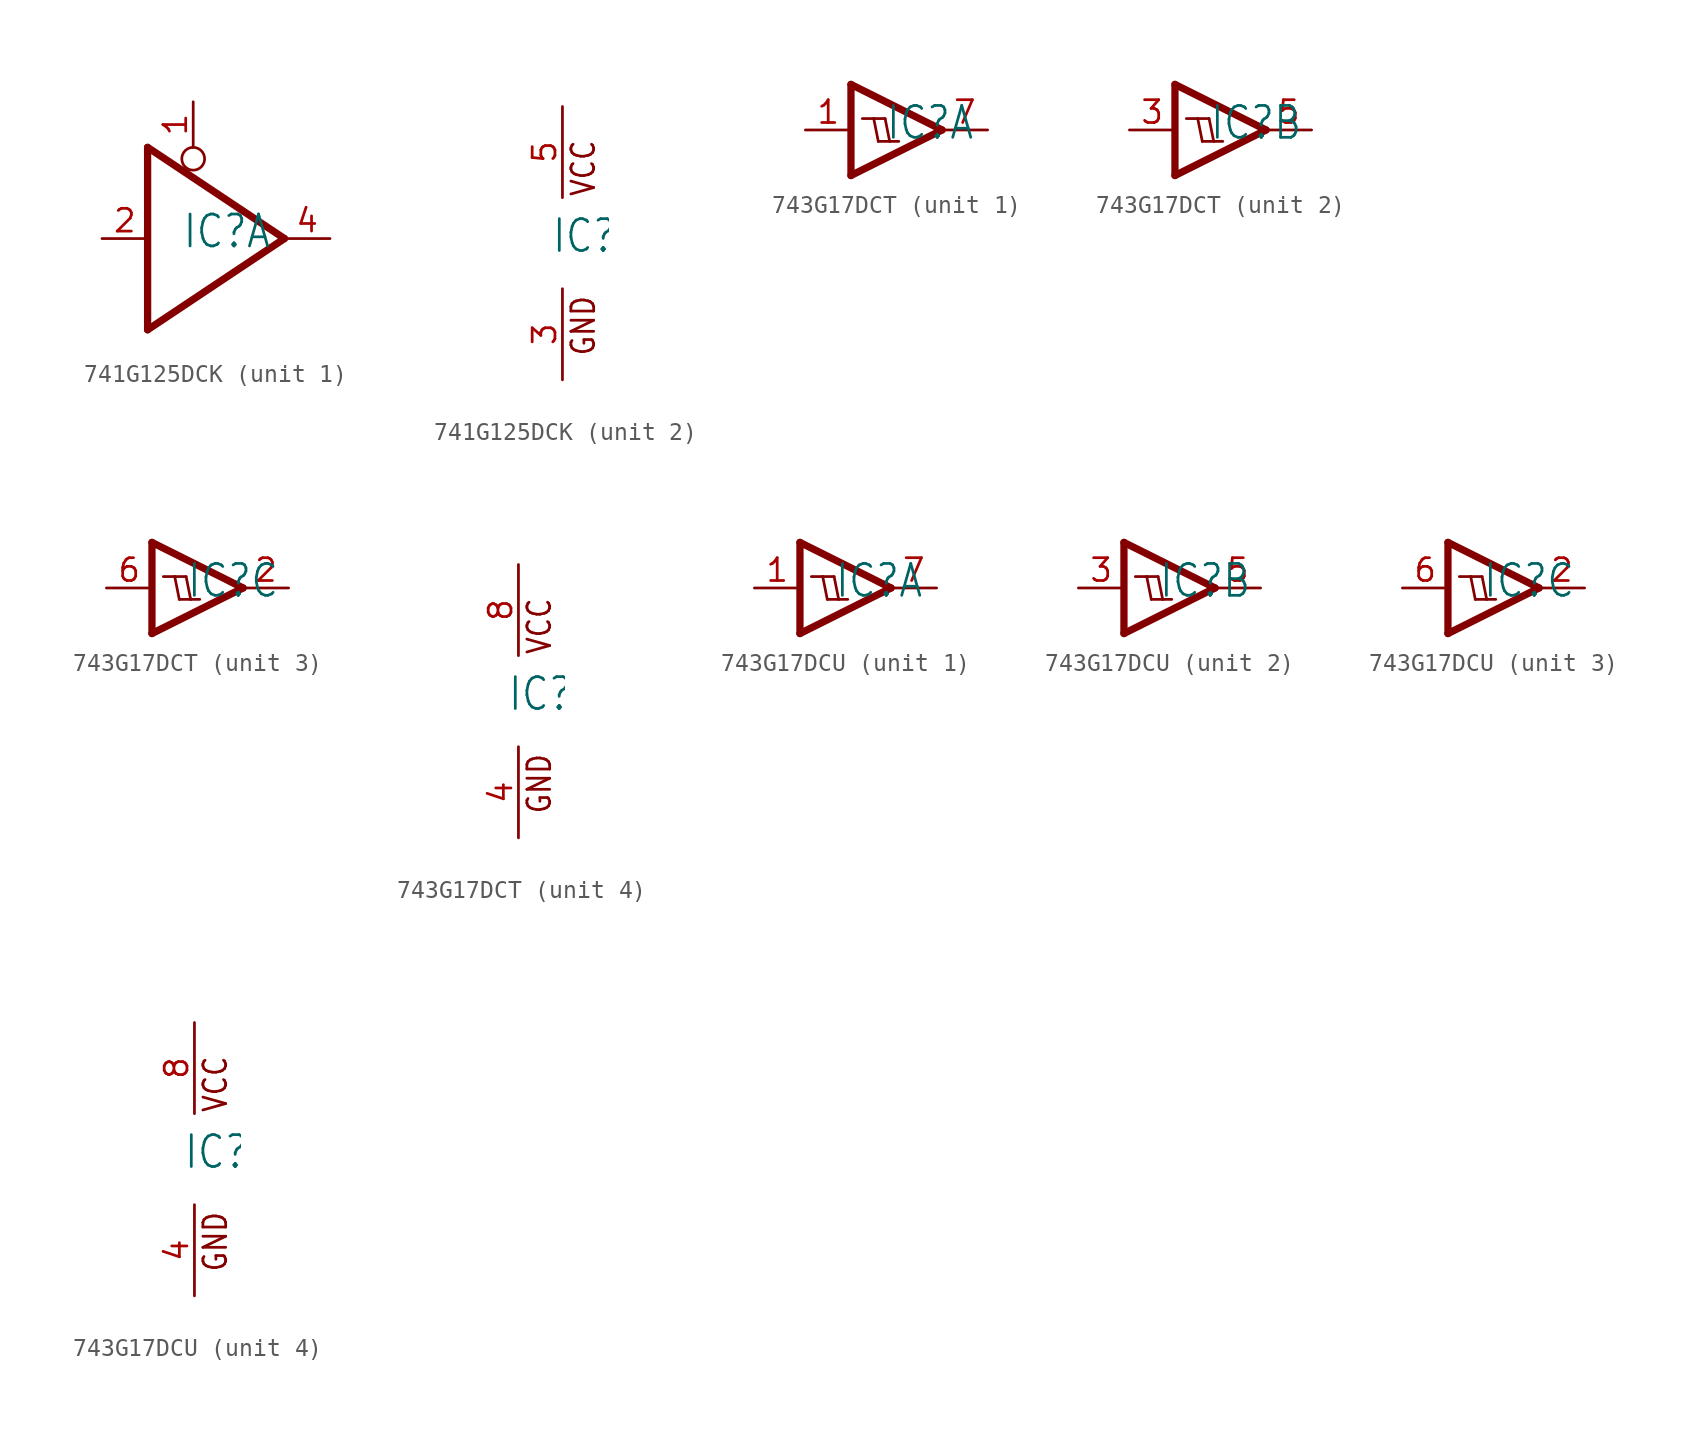
<source format=kicad_sym>
(kicad_symbol_lib
  (version 20231120)
  (generator "kicad_symbol_editor")
  (generator_version "8.0")
  (symbol "741G125DCK"
    (property "Reference" "IC"
      (at -0.635 -0.635 0)
      (effects (font (size 1.778 1.511)) (justify left bottom)))
    (property "ki_locked" ""
      (at 0 0 0)
      (effects (font (size 1.27 1.27))))
    (symbol "741G125DCK_1_0"
      (polyline (pts (xy -2.54 -5.08) (xy -2.54 5.08)) (stroke (width 0.406) (type solid)) (fill (type none)))
      (polyline (pts (xy 5.08 0) (xy -2.54 -5.08)) (stroke (width 0.406) (type solid)) (fill (type none)))
      (polyline (pts (xy 5.08 0) (xy -2.54 5.08)) (stroke (width 0.406) (type solid)) (fill (type none)))
      (circle (center 0 4.445) (radius 0.635) (stroke (width 0.152) (type solid)) (fill (type none)))
      (pin input line (at 0 7.62 270) (length 2.54) (name "OE" (effects (font (size 0 0)))) (number "1" (effects (font (size 1.27 1.27)))))
      (pin input line (at -5.08 0 0) (length 2.54) (name "I" (effects (font (size 0 0)))) (number "2" (effects (font (size 1.27 1.27)))))
      (pin tri_state line (at 7.62 0 180) (length 2.54) (name "O" (effects (font (size 0 0)))) (number "4" (effects (font (size 1.27 1.27))))))
    (symbol "741G125DCK_2_0"
      (text "GND" (at 1.905 -6.35 900) (effects (font (size 1.27 1.079)) (justify left bottom)))
      (text "VCC" (at 1.905 2.54 900) (effects (font (size 1.27 1.079)) (justify left bottom)))
      (pin power_in line (at 0 -7.62 90) (length 5.08) (name "GND" (effects (font (size 0 0)))) (number "3" (effects (font (size 1.27 1.27)))))
      (pin power_in line (at 0 7.62 270) (length 5.08) (name "VCC" (effects (font (size 0 0)))) (number "5" (effects (font (size 1.27 1.27)))))))
  (symbol "743G17DCT"
    (property "Reference" "IC"
      (at -0.635 -0.635 0)
      (effects (font (size 1.778 1.511)) (justify left bottom)))
    (property "ki_locked" ""
      (at 0 0 0)
      (effects (font (size 1.27 1.27))))
    (symbol "743G17DCT_1_0"
      (polyline (pts (xy -2.54 -2.54) (xy -2.54 2.54)) (stroke (width 0.406) (type solid)) (fill (type none)))
      (polyline (pts (xy -2.54 2.54) (xy 2.54 0)) (stroke (width 0.406) (type solid)) (fill (type none)))
      (polyline (pts (xy -1.905 0.635) (xy -1.27 0.635)) (stroke (width 0.152) (type solid)) (fill (type none)))
      (polyline (pts (xy -1.27 0.635) (xy -0.635 0.635)) (stroke (width 0.152) (type solid)) (fill (type none)))
      (polyline (pts (xy -1.016 -0.635) (xy -1.27 0.635)) (stroke (width 0.152) (type solid)) (fill (type none)))
      (polyline (pts (xy -1.016 -0.635) (xy -0.381 -0.635)) (stroke (width 0.152) (type solid)) (fill (type none)))
      (polyline (pts (xy -0.381 -0.635) (xy -0.635 0.635)) (stroke (width 0.152) (type solid)) (fill (type none)))
      (polyline (pts (xy -0.381 -0.635) (xy 0.127 -0.635)) (stroke (width 0.152) (type solid)) (fill (type none)))
      (polyline (pts (xy 2.54 0) (xy -2.54 -2.54)) (stroke (width 0.406) (type solid)) (fill (type none)))
      (pin input line (at -5.08 0 0) (length 2.54) (name "I" (effects (font (size 0 0)))) (number "1" (effects (font (size 1.27 1.27)))))
      (pin output line (at 5.08 0 180) (length 2.54) (name "O" (effects (font (size 0 0)))) (number "7" (effects (font (size 1.27 1.27))))))
    (symbol "743G17DCT_2_0"
      (polyline (pts (xy -2.54 -2.54) (xy -2.54 2.54)) (stroke (width 0.406) (type solid)) (fill (type none)))
      (polyline (pts (xy -2.54 2.54) (xy 2.54 0)) (stroke (width 0.406) (type solid)) (fill (type none)))
      (polyline (pts (xy -1.905 0.635) (xy -1.27 0.635)) (stroke (width 0.152) (type solid)) (fill (type none)))
      (polyline (pts (xy -1.27 0.635) (xy -0.635 0.635)) (stroke (width 0.152) (type solid)) (fill (type none)))
      (polyline (pts (xy -1.016 -0.635) (xy -1.27 0.635)) (stroke (width 0.152) (type solid)) (fill (type none)))
      (polyline (pts (xy -1.016 -0.635) (xy -0.381 -0.635)) (stroke (width 0.152) (type solid)) (fill (type none)))
      (polyline (pts (xy -0.381 -0.635) (xy -0.635 0.635)) (stroke (width 0.152) (type solid)) (fill (type none)))
      (polyline (pts (xy -0.381 -0.635) (xy 0.127 -0.635)) (stroke (width 0.152) (type solid)) (fill (type none)))
      (polyline (pts (xy 2.54 0) (xy -2.54 -2.54)) (stroke (width 0.406) (type solid)) (fill (type none)))
      (pin input line (at -5.08 0 0) (length 2.54) (name "I" (effects (font (size 0 0)))) (number "3" (effects (font (size 1.27 1.27)))))
      (pin output line (at 5.08 0 180) (length 2.54) (name "O" (effects (font (size 0 0)))) (number "5" (effects (font (size 1.27 1.27))))))
    (symbol "743G17DCT_3_0"
      (polyline (pts (xy -2.54 -2.54) (xy -2.54 2.54)) (stroke (width 0.406) (type solid)) (fill (type none)))
      (polyline (pts (xy -2.54 2.54) (xy 2.54 0)) (stroke (width 0.406) (type solid)) (fill (type none)))
      (polyline (pts (xy -1.905 0.635) (xy -1.27 0.635)) (stroke (width 0.152) (type solid)) (fill (type none)))
      (polyline (pts (xy -1.27 0.635) (xy -0.635 0.635)) (stroke (width 0.152) (type solid)) (fill (type none)))
      (polyline (pts (xy -1.016 -0.635) (xy -1.27 0.635)) (stroke (width 0.152) (type solid)) (fill (type none)))
      (polyline (pts (xy -1.016 -0.635) (xy -0.381 -0.635)) (stroke (width 0.152) (type solid)) (fill (type none)))
      (polyline (pts (xy -0.381 -0.635) (xy -0.635 0.635)) (stroke (width 0.152) (type solid)) (fill (type none)))
      (polyline (pts (xy -0.381 -0.635) (xy 0.127 -0.635)) (stroke (width 0.152) (type solid)) (fill (type none)))
      (polyline (pts (xy 2.54 0) (xy -2.54 -2.54)) (stroke (width 0.406) (type solid)) (fill (type none)))
      (pin output line (at 5.08 0 180) (length 2.54) (name "O" (effects (font (size 0 0)))) (number "2" (effects (font (size 1.27 1.27)))))
      (pin input line (at -5.08 0 0) (length 2.54) (name "I" (effects (font (size 0 0)))) (number "6" (effects (font (size 1.27 1.27))))))
    (symbol "743G17DCT_4_0"
      (text "GND" (at 1.905 -6.35 900) (effects (font (size 1.27 1.079)) (justify left bottom)))
      (text "VCC" (at 1.905 2.54 900) (effects (font (size 1.27 1.079)) (justify left bottom)))
      (pin power_in line (at 0 -7.62 90) (length 5.08) (name "GND" (effects (font (size 0 0)))) (number "4" (effects (font (size 1.27 1.27)))))
      (pin power_in line (at 0 7.62 270) (length 5.08) (name "VCC" (effects (font (size 0 0)))) (number "8" (effects (font (size 1.27 1.27)))))))
  (symbol "743G17DCU"
    (property "Reference" "IC"
      (at -0.635 -0.635 0)
      (effects (font (size 1.778 1.511)) (justify left bottom)))
    (property "ki_locked" ""
      (at 0 0 0)
      (effects (font (size 1.27 1.27))))
    (symbol "743G17DCU_1_0"
      (polyline (pts (xy -2.54 -2.54) (xy -2.54 2.54)) (stroke (width 0.406) (type solid)) (fill (type none)))
      (polyline (pts (xy -2.54 2.54) (xy 2.54 0)) (stroke (width 0.406) (type solid)) (fill (type none)))
      (polyline (pts (xy -1.905 0.635) (xy -1.27 0.635)) (stroke (width 0.152) (type solid)) (fill (type none)))
      (polyline (pts (xy -1.27 0.635) (xy -0.635 0.635)) (stroke (width 0.152) (type solid)) (fill (type none)))
      (polyline (pts (xy -1.016 -0.635) (xy -1.27 0.635)) (stroke (width 0.152) (type solid)) (fill (type none)))
      (polyline (pts (xy -1.016 -0.635) (xy -0.381 -0.635)) (stroke (width 0.152) (type solid)) (fill (type none)))
      (polyline (pts (xy -0.381 -0.635) (xy -0.635 0.635)) (stroke (width 0.152) (type solid)) (fill (type none)))
      (polyline (pts (xy -0.381 -0.635) (xy 0.127 -0.635)) (stroke (width 0.152) (type solid)) (fill (type none)))
      (polyline (pts (xy 2.54 0) (xy -2.54 -2.54)) (stroke (width 0.406) (type solid)) (fill (type none)))
      (pin input line (at -5.08 0 0) (length 2.54) (name "I" (effects (font (size 0 0)))) (number "1" (effects (font (size 1.27 1.27)))))
      (pin output line (at 5.08 0 180) (length 2.54) (name "O" (effects (font (size 0 0)))) (number "7" (effects (font (size 1.27 1.27))))))
    (symbol "743G17DCU_2_0"
      (polyline (pts (xy -2.54 -2.54) (xy -2.54 2.54)) (stroke (width 0.406) (type solid)) (fill (type none)))
      (polyline (pts (xy -2.54 2.54) (xy 2.54 0)) (stroke (width 0.406) (type solid)) (fill (type none)))
      (polyline (pts (xy -1.905 0.635) (xy -1.27 0.635)) (stroke (width 0.152) (type solid)) (fill (type none)))
      (polyline (pts (xy -1.27 0.635) (xy -0.635 0.635)) (stroke (width 0.152) (type solid)) (fill (type none)))
      (polyline (pts (xy -1.016 -0.635) (xy -1.27 0.635)) (stroke (width 0.152) (type solid)) (fill (type none)))
      (polyline (pts (xy -1.016 -0.635) (xy -0.381 -0.635)) (stroke (width 0.152) (type solid)) (fill (type none)))
      (polyline (pts (xy -0.381 -0.635) (xy -0.635 0.635)) (stroke (width 0.152) (type solid)) (fill (type none)))
      (polyline (pts (xy -0.381 -0.635) (xy 0.127 -0.635)) (stroke (width 0.152) (type solid)) (fill (type none)))
      (polyline (pts (xy 2.54 0) (xy -2.54 -2.54)) (stroke (width 0.406) (type solid)) (fill (type none)))
      (pin input line (at -5.08 0 0) (length 2.54) (name "I" (effects (font (size 0 0)))) (number "3" (effects (font (size 1.27 1.27)))))
      (pin output line (at 5.08 0 180) (length 2.54) (name "O" (effects (font (size 0 0)))) (number "5" (effects (font (size 1.27 1.27))))))
    (symbol "743G17DCU_3_0"
      (polyline (pts (xy -2.54 -2.54) (xy -2.54 2.54)) (stroke (width 0.406) (type solid)) (fill (type none)))
      (polyline (pts (xy -2.54 2.54) (xy 2.54 0)) (stroke (width 0.406) (type solid)) (fill (type none)))
      (polyline (pts (xy -1.905 0.635) (xy -1.27 0.635)) (stroke (width 0.152) (type solid)) (fill (type none)))
      (polyline (pts (xy -1.27 0.635) (xy -0.635 0.635)) (stroke (width 0.152) (type solid)) (fill (type none)))
      (polyline (pts (xy -1.016 -0.635) (xy -1.27 0.635)) (stroke (width 0.152) (type solid)) (fill (type none)))
      (polyline (pts (xy -1.016 -0.635) (xy -0.381 -0.635)) (stroke (width 0.152) (type solid)) (fill (type none)))
      (polyline (pts (xy -0.381 -0.635) (xy -0.635 0.635)) (stroke (width 0.152) (type solid)) (fill (type none)))
      (polyline (pts (xy -0.381 -0.635) (xy 0.127 -0.635)) (stroke (width 0.152) (type solid)) (fill (type none)))
      (polyline (pts (xy 2.54 0) (xy -2.54 -2.54)) (stroke (width 0.406) (type solid)) (fill (type none)))
      (pin output line (at 5.08 0 180) (length 2.54) (name "O" (effects (font (size 0 0)))) (number "2" (effects (font (size 1.27 1.27)))))
      (pin input line (at -5.08 0 0) (length 2.54) (name "I" (effects (font (size 0 0)))) (number "6" (effects (font (size 1.27 1.27))))))
    (symbol "743G17DCU_4_0"
      (text "GND" (at 1.905 -6.35 900) (effects (font (size 1.27 1.079)) (justify left bottom)))
      (text "VCC" (at 1.905 2.54 900) (effects (font (size 1.27 1.079)) (justify left bottom)))
      (pin power_in line (at 0 -7.62 90) (length 5.08) (name "GND" (effects (font (size 0 0)))) (number "4" (effects (font (size 1.27 1.27)))))
      (pin power_in line (at 0 7.62 270) (length 5.08) (name "VCC" (effects (font (size 0 0)))) (number "8" (effects (font (size 1.27 1.27))))))))
</source>
